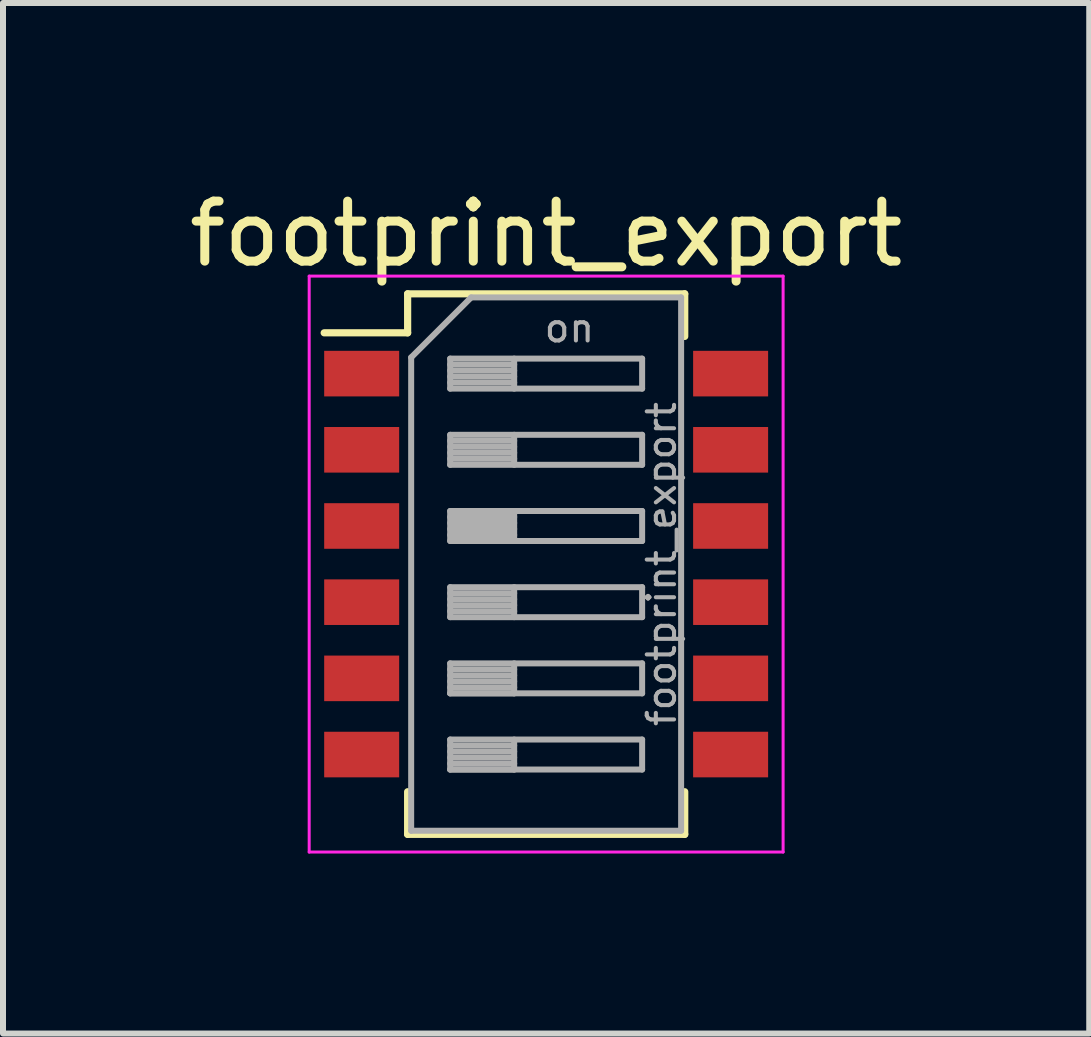
<source format=kicad_pcb>
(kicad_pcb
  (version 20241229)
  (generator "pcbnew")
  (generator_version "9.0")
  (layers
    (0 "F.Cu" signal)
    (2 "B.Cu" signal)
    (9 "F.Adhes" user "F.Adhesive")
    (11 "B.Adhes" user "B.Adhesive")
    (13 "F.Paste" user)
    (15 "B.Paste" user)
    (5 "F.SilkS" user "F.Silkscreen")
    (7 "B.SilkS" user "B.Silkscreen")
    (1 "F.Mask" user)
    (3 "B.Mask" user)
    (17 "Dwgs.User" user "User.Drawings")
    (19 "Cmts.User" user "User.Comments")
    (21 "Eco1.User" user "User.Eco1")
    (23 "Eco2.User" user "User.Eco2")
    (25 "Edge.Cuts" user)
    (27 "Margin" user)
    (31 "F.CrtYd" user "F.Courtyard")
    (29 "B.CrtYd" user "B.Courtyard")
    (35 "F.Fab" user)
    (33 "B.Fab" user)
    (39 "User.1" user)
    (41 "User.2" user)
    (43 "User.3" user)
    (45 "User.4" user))
  (footprint "footprint_export"
    (layer "F.Cu")
    (at 6.054 6.353)
    (property "Reference" "footprint_export" (at 0 -5.505 0) (layer "F.SilkS") (effects (font (size 1 1) (thickness 0.15))))
    (attr smd)
    (fp_line (start -3.7 -3.855) (end -2.309 -3.855) (stroke (width 0.12) (type solid)) (layer "F.SilkS"))
    (fp_line (start -2.309 -4.505) (end -2.309 -3.855) (stroke (width 0.12) (type solid)) (layer "F.SilkS"))
    (fp_line (start -2.309 -4.505) (end 2.31 -4.505) (stroke (width 0.12) (type solid)) (layer "F.SilkS"))
    (fp_line (start -2.309 3.795) (end -2.309 4.505) (stroke (width 0.12) (type solid)) (layer "F.SilkS"))
    (fp_line (start -2.309 4.505) (end 2.31 4.505) (stroke (width 0.12) (type solid)) (layer "F.SilkS"))
    (fp_line (start 2.31 -4.505) (end 2.31 -3.795) (stroke (width 0.12) (type solid)) (layer "F.SilkS"))
    (fp_line (start 2.31 3.795) (end 2.31 4.505) (stroke (width 0.12) (type solid)) (layer "F.SilkS"))
    (fp_line (start -3.95 -4.8) (end -3.95 4.8) (stroke (width 0.05) (type solid)) (layer "F.CrtYd"))
    (fp_line (start -3.95 4.8) (end 3.95 4.8) (stroke (width 0.05) (type solid)) (layer "F.CrtYd"))
    (fp_line (start 3.95 -4.8) (end -3.95 -4.8) (stroke (width 0.05) (type solid)) (layer "F.CrtYd"))
    (fp_line (start 3.95 4.8) (end 3.95 -4.8) (stroke (width 0.05) (type solid)) (layer "F.CrtYd"))
    (fp_line (start -2.25 -3.445) (end -1.25 -4.445) (stroke (width 0.1) (type solid)) (layer "F.Fab"))
    (fp_line (start -2.25 4.445) (end -2.25 -3.445) (stroke (width 0.1) (type solid)) (layer "F.Fab"))
    (fp_line (start -1.6 -3.425) (end -1.6 -2.925) (stroke (width 0.1) (type solid)) (layer "F.Fab"))
    (fp_line (start -1.6 -3.325) (end -0.533 -3.325) (stroke (width 0.1) (type solid)) (layer "F.Fab"))
    (fp_line (start -1.6 -3.225) (end -0.533 -3.225) (stroke (width 0.1) (type solid)) (layer "F.Fab"))
    (fp_line (start -1.6 -3.125) (end -0.533 -3.125) (stroke (width 0.1) (type solid)) (layer "F.Fab"))
    (fp_line (start -1.6 -3.025) (end -0.533 -3.025) (stroke (width 0.1) (type solid)) (layer "F.Fab"))
    (fp_line (start -1.6 -2.925) (end 1.6 -2.925) (stroke (width 0.1) (type solid)) (layer "F.Fab"))
    (fp_line (start -1.6 -2.155) (end -1.6 -1.655) (stroke (width 0.1) (type solid)) (layer "F.Fab"))
    (fp_line (start -1.6 -2.055) (end -0.533 -2.055) (stroke (width 0.1) (type solid)) (layer "F.Fab"))
    (fp_line (start -1.6 -1.955) (end -0.533 -1.955) (stroke (width 0.1) (type solid)) (layer "F.Fab"))
    (fp_line (start -1.6 -1.855) (end -0.533 -1.855) (stroke (width 0.1) (type solid)) (layer "F.Fab"))
    (fp_line (start -1.6 -1.755) (end -0.533 -1.755) (stroke (width 0.1) (type solid)) (layer "F.Fab"))
    (fp_line (start -1.6 -1.655) (end 1.6 -1.655) (stroke (width 0.1) (type solid)) (layer "F.Fab"))
    (fp_line (start -1.6 -0.885) (end -1.6 -0.385) (stroke (width 0.1) (type solid)) (layer "F.Fab"))
    (fp_line (start -1.6 -0.785) (end -0.533 -0.785) (stroke (width 0.1) (type solid)) (layer "F.Fab"))
    (fp_line (start -1.6 -0.685) (end -0.533 -0.685) (stroke (width 0.1) (type solid)) (layer "F.Fab"))
    (fp_line (start -1.6 -0.585) (end -0.533 -0.585) (stroke (width 0.1) (type solid)) (layer "F.Fab"))
    (fp_line (start -1.6 -0.485) (end -0.533 -0.485) (stroke (width 0.1) (type solid)) (layer "F.Fab"))
    (fp_line (start -1.6 -0.385) (end 1.6 -0.385) (stroke (width 0.1) (type solid)) (layer "F.Fab"))
    (fp_line (start -1.6 0.385) (end -1.6 0.885) (stroke (width 0.1) (type solid)) (layer "F.Fab"))
    (fp_line (start -1.6 0.485) (end -0.533 0.485) (stroke (width 0.1) (type solid)) (layer "F.Fab"))
    (fp_line (start -1.6 0.585) (end -0.533 0.585) (stroke (width 0.1) (type solid)) (layer "F.Fab"))
    (fp_line (start -1.6 0.685) (end -0.533 0.685) (stroke (width 0.1) (type solid)) (layer "F.Fab"))
    (fp_line (start -1.6 0.785) (end -0.533 0.785) (stroke (width 0.1) (type solid)) (layer "F.Fab"))
    (fp_line (start -1.6 0.885) (end 1.6 0.885) (stroke (width 0.1) (type solid)) (layer "F.Fab"))
    (fp_line (start -1.6 1.655) (end -1.6 2.155) (stroke (width 0.1) (type solid)) (layer "F.Fab"))
    (fp_line (start -1.6 1.755) (end -0.533 1.755) (stroke (width 0.1) (type solid)) (layer "F.Fab"))
    (fp_line (start -1.6 1.855) (end -0.533 1.855) (stroke (width 0.1) (type solid)) (layer "F.Fab"))
    (fp_line (start -1.6 1.955) (end -0.533 1.955) (stroke (width 0.1) (type solid)) (layer "F.Fab"))
    (fp_line (start -1.6 2.055) (end -0.533 2.055) (stroke (width 0.1) (type solid)) (layer "F.Fab"))
    (fp_line (start -1.6 2.155) (end -0.533 2.155) (stroke (width 0.1) (type solid)) (layer "F.Fab"))
    (fp_line (start -1.6 2.155) (end 1.6 2.155) (stroke (width 0.1) (type solid)) (layer "F.Fab"))
    (fp_line (start -1.6 2.925) (end -1.6 3.425) (stroke (width 0.1) (type solid)) (layer "F.Fab"))
    (fp_line (start -1.6 3.025) (end -0.533 3.025) (stroke (width 0.1) (type solid)) (layer "F.Fab"))
    (fp_line (start -1.6 3.125) (end -0.533 3.125) (stroke (width 0.1) (type solid)) (layer "F.Fab"))
    (fp_line (start -1.6 3.225) (end -0.533 3.225) (stroke (width 0.1) (type solid)) (layer "F.Fab"))
    (fp_line (start -1.6 3.325) (end -0.533 3.325) (stroke (width 0.1) (type solid)) (layer "F.Fab"))
    (fp_line (start -1.6 3.425) (end -0.533 3.425) (stroke (width 0.1) (type solid)) (layer "F.Fab"))
    (fp_line (start -1.6 3.425) (end 1.6 3.425) (stroke (width 0.1) (type solid)) (layer "F.Fab"))
    (fp_line (start -1.25 -4.445) (end 2.25 -4.445) (stroke (width 0.1) (type solid)) (layer "F.Fab"))
    (fp_line (start -0.533 -3.425) (end -0.533 -2.925) (stroke (width 0.1) (type solid)) (layer "F.Fab"))
    (fp_line (start -0.533 -2.155) (end -0.533 -1.655) (stroke (width 0.1) (type solid)) (layer "F.Fab"))
    (fp_line (start -0.533 -0.885) (end -0.533 -0.385) (stroke (width 0.1) (type solid)) (layer "F.Fab"))
    (fp_line (start -0.533 0.385) (end -0.533 0.885) (stroke (width 0.1) (type solid)) (layer "F.Fab"))
    (fp_line (start -0.533 1.655) (end -0.533 2.155) (stroke (width 0.1) (type solid)) (layer "F.Fab"))
    (fp_line (start -0.533 2.925) (end -0.533 3.425) (stroke (width 0.1) (type solid)) (layer "F.Fab"))
    (fp_line (start 1.6 -3.425) (end -1.6 -3.425) (stroke (width 0.1) (type solid)) (layer "F.Fab"))
    (fp_line (start 1.6 -2.925) (end 1.6 -3.425) (stroke (width 0.1) (type solid)) (layer "F.Fab"))
    (fp_line (start 1.6 -2.155) (end -1.6 -2.155) (stroke (width 0.1) (type solid)) (layer "F.Fab"))
    (fp_line (start 1.6 -1.655) (end 1.6 -2.155) (stroke (width 0.1) (type solid)) (layer "F.Fab"))
    (fp_line (start 1.6 -0.885) (end -1.6 -0.885) (stroke (width 0.1) (type solid)) (layer "F.Fab"))
    (fp_line (start 1.6 -0.385) (end 1.6 -0.885) (stroke (width 0.1) (type solid)) (layer "F.Fab"))
    (fp_line (start 1.6 0.385) (end -1.6 0.385) (stroke (width 0.1) (type solid)) (layer "F.Fab"))
    (fp_line (start 1.6 0.885) (end 1.6 0.385) (stroke (width 0.1) (type solid)) (layer "F.Fab"))
    (fp_line (start 1.6 1.655) (end -1.6 1.655) (stroke (width 0.1) (type solid)) (layer "F.Fab"))
    (fp_line (start 1.6 2.155) (end 1.6 1.655) (stroke (width 0.1) (type solid)) (layer "F.Fab"))
    (fp_line (start 1.6 2.925) (end -1.6 2.925) (stroke (width 0.1) (type solid)) (layer "F.Fab"))
    (fp_line (start 1.6 3.425) (end 1.6 2.925) (stroke (width 0.1) (type solid)) (layer "F.Fab"))
    (fp_line (start 2.25 -4.445) (end 2.25 4.445) (stroke (width 0.1) (type solid)) (layer "F.Fab"))
    (fp_line (start 2.25 4.445) (end -2.25 4.445) (stroke (width 0.1) (type solid)) (layer "F.Fab"))
    (fp_text user "${REFERENCE}" (at 1.925 0 90) (layer "F.Fab") (effects (font (size 0.455 0.455) (thickness 0.068))))
    (fp_text user "on" (at 0.388 -3.935 0) (layer "F.Fab") (effects (font (size 0.455 0.455) (thickness 0.068))))
    (pad "1" smd rect (at -3.075 -3.175) (size 1.25 0.76) (layers "F.Cu" "F.Mask" "F.Paste"))
    (pad "2" smd rect (at -3.075 -1.905) (size 1.25 0.76) (layers "F.Cu" "F.Mask" "F.Paste"))
    (pad "3" smd rect (at -3.075 -0.635) (size 1.25 0.76) (layers "F.Cu" "F.Mask" "F.Paste"))
    (pad "4" smd rect (at -3.075 0.635) (size 1.25 0.76) (layers "F.Cu" "F.Mask" "F.Paste"))
    (pad "5" smd rect (at -3.075 1.905) (size 1.25 0.76) (layers "F.Cu" "F.Mask" "F.Paste"))
    (pad "6" smd rect (at -3.075 3.175) (size 1.25 0.76) (layers "F.Cu" "F.Mask" "F.Paste"))
    (pad "7" smd rect (at 3.075 3.175) (size 1.25 0.76) (layers "F.Cu" "F.Mask" "F.Paste"))
    (pad "8" smd rect (at 3.075 1.905) (size 1.25 0.76) (layers "F.Cu" "F.Mask" "F.Paste"))
    (pad "9" smd rect (at 3.075 0.635) (size 1.25 0.76) (layers "F.Cu" "F.Mask" "F.Paste"))
    (pad "10" smd rect (at 3.075 -0.635) (size 1.25 0.76) (layers "F.Cu" "F.Mask" "F.Paste"))
    (pad "11" smd rect (at 3.075 -1.905) (size 1.25 0.76) (layers "F.Cu" "F.Mask" "F.Paste"))
    (pad "12" smd rect (at 3.075 -3.175) (size 1.25 0.76) (layers "F.Cu" "F.Mask" "F.Paste")))
  (gr_rect
    (start -3 -3)
    (end 15.107 14.178)
    (stroke (width 0.1) (type default))
    (fill no)
    (layer "Edge.Cuts")))
</source>
